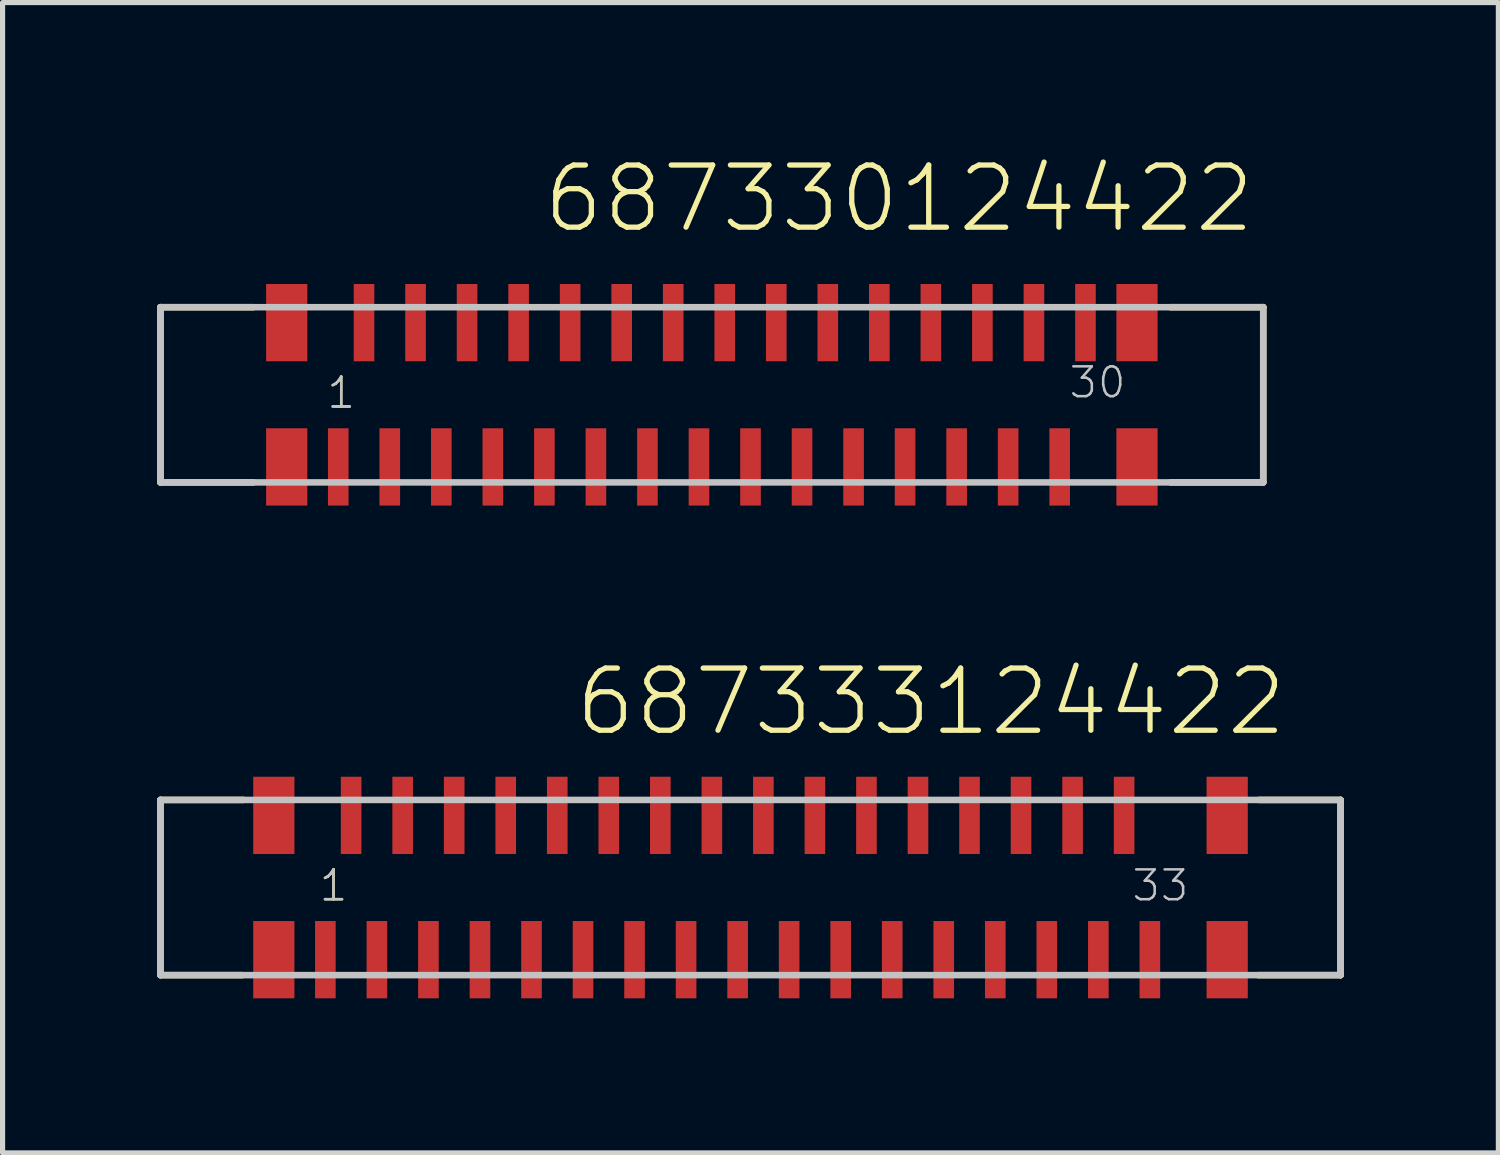
<source format=kicad_pcb>
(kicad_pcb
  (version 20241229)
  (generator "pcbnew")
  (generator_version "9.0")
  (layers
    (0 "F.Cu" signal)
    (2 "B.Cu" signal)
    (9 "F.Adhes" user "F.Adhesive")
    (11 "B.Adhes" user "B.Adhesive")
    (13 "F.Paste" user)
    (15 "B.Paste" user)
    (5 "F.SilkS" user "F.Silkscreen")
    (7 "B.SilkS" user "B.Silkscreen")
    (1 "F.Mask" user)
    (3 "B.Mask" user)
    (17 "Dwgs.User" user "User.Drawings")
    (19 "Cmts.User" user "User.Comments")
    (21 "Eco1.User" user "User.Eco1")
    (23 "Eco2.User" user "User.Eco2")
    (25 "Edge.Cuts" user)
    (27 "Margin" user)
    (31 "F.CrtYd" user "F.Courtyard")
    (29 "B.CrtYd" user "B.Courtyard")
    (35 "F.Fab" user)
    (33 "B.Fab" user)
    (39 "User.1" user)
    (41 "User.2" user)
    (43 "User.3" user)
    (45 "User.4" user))
  (footprint "687330124422"
    (layer "F.Cu")
    (at 10.764 4.611)
    (property "Reference" "687330124422" (at -3.325 -3.1 0) (layer "F.SilkS") (effects (font (size 1.206 1.206) (thickness 0.102)) (justify left bottom)))
    (attr through_hole)
    (fp_line (start -10.7 -1.7) (end -10.7 1.7) (stroke (width 0.127) (type solid)) (layer "F.SilkS"))
    (fp_line (start -10.7 1.7) (end -8.9 1.7) (stroke (width 0.127) (type solid)) (layer "F.SilkS"))
    (fp_line (start -8.9 -1.7) (end -10.7 -1.7) (stroke (width 0.127) (type solid)) (layer "F.SilkS"))
    (fp_line (start 8.9 -1.7) (end 10.7 -1.7) (stroke (width 0.127) (type solid)) (layer "F.SilkS"))
    (fp_line (start 10.7 -1.7) (end 10.7 1.7) (stroke (width 0.127) (type solid)) (layer "F.SilkS"))
    (fp_line (start 10.7 1.7) (end 8.9 1.7) (stroke (width 0.127) (type solid)) (layer "F.SilkS"))
    (fp_line (start -10.7 -1.7) (end -10.7 1.7) (stroke (width 0.127) (type solid)) (layer "Dwgs.User"))
    (fp_line (start -10.7 1.7) (end 10.7 1.7) (stroke (width 0.127) (type solid)) (layer "Dwgs.User"))
    (fp_line (start 10.7 -1.7) (end -10.7 -1.7) (stroke (width 0.127) (type solid)) (layer "Dwgs.User"))
    (fp_line (start 10.7 1.7) (end 10.7 -1.7) (stroke (width 0.127) (type solid)) (layer "Dwgs.User"))
    (fp_text user "1" (at -7.5 0.3 0) (layer "F.SilkS") (effects (font (size 0.579 0.579) (thickness 0.049)) (justify left bottom)))
    (fp_text user "1" (at -7.5 0.3 0) (layer "Dwgs.User") (effects (font (size 0.579 0.579) (thickness 0.049)) (justify left bottom)))
    (fp_text user "30" (at 6.9 0.1 0) (layer "Dwgs.User") (effects (font (size 0.579 0.579) (thickness 0.049)) (justify left bottom)))
    (pad "1" smd rect (at -7.25 1.4 180) (size 0.4 1.5) (layers "F.Cu" "F.Mask" "F.Paste"))
    (pad "2" smd rect (at -6.75 -1.4) (size 0.4 1.5) (layers "F.Cu" "F.Mask" "F.Paste"))
    (pad "3" smd rect (at -6.25 1.4 180) (size 0.4 1.5) (layers "F.Cu" "F.Mask" "F.Paste"))
    (pad "4" smd rect (at -5.75 -1.4 180) (size 0.4 1.5) (layers "F.Cu" "F.Mask" "F.Paste"))
    (pad "5" smd rect (at -5.25 1.4 180) (size 0.4 1.5) (layers "F.Cu" "F.Mask" "F.Paste"))
    (pad "6" smd rect (at -4.75 -1.4 180) (size 0.4 1.5) (layers "F.Cu" "F.Mask" "F.Paste"))
    (pad "7" smd rect (at -4.25 1.4 180) (size 0.4 1.5) (layers "F.Cu" "F.Mask" "F.Paste"))
    (pad "8" smd rect (at -3.75 -1.4 180) (size 0.4 1.5) (layers "F.Cu" "F.Mask" "F.Paste"))
    (pad "9" smd rect (at -3.25 1.4 180) (size 0.4 1.5) (layers "F.Cu" "F.Mask" "F.Paste"))
    (pad "10" smd rect (at -2.75 -1.4 180) (size 0.4 1.5) (layers "F.Cu" "F.Mask" "F.Paste"))
    (pad "11" smd rect (at -2.25 1.4 180) (size 0.4 1.5) (layers "F.Cu" "F.Mask" "F.Paste"))
    (pad "12" smd rect (at -1.75 -1.4 180) (size 0.4 1.5) (layers "F.Cu" "F.Mask" "F.Paste"))
    (pad "13" smd rect (at -1.25 1.4 180) (size 0.4 1.5) (layers "F.Cu" "F.Mask" "F.Paste"))
    (pad "14" smd rect (at -0.75 -1.4 180) (size 0.4 1.5) (layers "F.Cu" "F.Mask" "F.Paste"))
    (pad "15" smd rect (at -0.25 1.4 180) (size 0.4 1.5) (layers "F.Cu" "F.Mask" "F.Paste"))
    (pad "16" smd rect (at 0.25 -1.4 180) (size 0.4 1.5) (layers "F.Cu" "F.Mask" "F.Paste"))
    (pad "17" smd rect (at 0.75 1.4 180) (size 0.4 1.5) (layers "F.Cu" "F.Mask" "F.Paste"))
    (pad "18" smd rect (at 1.25 -1.4 180) (size 0.4 1.5) (layers "F.Cu" "F.Mask" "F.Paste"))
    (pad "19" smd rect (at 1.75 1.4 180) (size 0.4 1.5) (layers "F.Cu" "F.Mask" "F.Paste"))
    (pad "20" smd rect (at 2.25 -1.4 180) (size 0.4 1.5) (layers "F.Cu" "F.Mask" "F.Paste"))
    (pad "21" smd rect (at 2.75 1.4 180) (size 0.4 1.5) (layers "F.Cu" "F.Mask" "F.Paste"))
    (pad "22" smd rect (at 3.25 -1.4 180) (size 0.4 1.5) (layers "F.Cu" "F.Mask" "F.Paste"))
    (pad "23" smd rect (at 3.75 1.4 180) (size 0.4 1.5) (layers "F.Cu" "F.Mask" "F.Paste"))
    (pad "24" smd rect (at 4.25 -1.4 180) (size 0.4 1.5) (layers "F.Cu" "F.Mask" "F.Paste"))
    (pad "25" smd rect (at 4.75 1.4 180) (size 0.4 1.5) (layers "F.Cu" "F.Mask" "F.Paste"))
    (pad "26" smd rect (at 5.25 -1.4 180) (size 0.4 1.5) (layers "F.Cu" "F.Mask" "F.Paste"))
    (pad "27" smd rect (at 5.75 1.4 180) (size 0.4 1.5) (layers "F.Cu" "F.Mask" "F.Paste"))
    (pad "28" smd rect (at 6.25 -1.4 180) (size 0.4 1.5) (layers "F.Cu" "F.Mask" "F.Paste"))
    (pad "29" smd rect (at 6.75 1.4 180) (size 0.4 1.5) (layers "F.Cu" "F.Mask" "F.Paste"))
    (pad "30" smd rect (at 7.25 -1.4 180) (size 0.4 1.5) (layers "F.Cu" "F.Mask" "F.Paste"))
    (pad "Z1" smd rect (at -8.25 -1.4 180) (size 0.8 1.5) (layers "F.Cu" "F.Mask" "F.Paste"))
    (pad "Z2" smd rect (at -8.25 1.4 180) (size 0.8 1.5) (layers "F.Cu" "F.Mask" "F.Paste"))
    (pad "Z3" smd rect (at 8.25 1.4 180) (size 0.8 1.5) (layers "F.Cu" "F.Mask" "F.Paste"))
    (pad "Z4" smd rect (at 8.25 -1.4 180) (size 0.8 1.5) (layers "F.Cu" "F.Mask" "F.Paste")))
  (footprint "687333124422"
    (layer "F.Cu")
    (at 11.514 14.173)
    (property "Reference" "687333124422" (at -3.455 -2.9 0) (layer "F.SilkS") (effects (font (size 1.206 1.206) (thickness 0.102)) (justify left bottom)))
    (attr through_hole)
    (fp_line (start -11.45 -1.7) (end -11.45 1.7) (stroke (width 0.127) (type solid)) (layer "F.SilkS"))
    (fp_line (start -11.45 1.7) (end -9.86 1.7) (stroke (width 0.127) (type solid)) (layer "F.SilkS"))
    (fp_line (start -9.84 -1.7) (end -11.45 -1.7) (stroke (width 0.127) (type solid)) (layer "F.SilkS"))
    (fp_line (start 9.87 -1.7) (end 11.45 -1.7) (stroke (width 0.127) (type solid)) (layer "F.SilkS"))
    (fp_line (start 11.45 -1.7) (end 11.45 1.7) (stroke (width 0.127) (type solid)) (layer "F.SilkS"))
    (fp_line (start 11.45 1.7) (end 9.85 1.7) (stroke (width 0.127) (type solid)) (layer "F.SilkS"))
    (fp_line (start -11.45 -1.7) (end -11.45 1.7) (stroke (width 0.127) (type solid)) (layer "Dwgs.User"))
    (fp_line (start -11.45 1.7) (end 11.45 1.7) (stroke (width 0.127) (type solid)) (layer "Dwgs.User"))
    (fp_line (start 11.45 -1.7) (end -11.45 -1.7) (stroke (width 0.127) (type solid)) (layer "Dwgs.User"))
    (fp_line (start 11.45 1.7) (end 11.45 -1.7) (stroke (width 0.127) (type solid)) (layer "Dwgs.User"))
    (fp_text user "1" (at -8.4 0.3 0) (layer "F.SilkS") (effects (font (size 0.579 0.579) (thickness 0.049)) (justify left bottom)))
    (fp_text user "33" (at 7.37 0.3 0) (layer "Dwgs.User") (effects (font (size 0.579 0.579) (thickness 0.049)) (justify left bottom)))
    (fp_text user "1" (at -8.4 0.3 0) (layer "Dwgs.User") (effects (font (size 0.579 0.579) (thickness 0.049)) (justify left bottom)))
    (pad "1" smd rect (at -8.25 1.4 180) (size 0.4 1.5) (layers "F.Cu" "F.Mask" "F.Paste"))
    (pad "2" smd rect (at -7.75 -1.4) (size 0.4 1.5) (layers "F.Cu" "F.Mask" "F.Paste"))
    (pad "3" smd rect (at -7.25 1.4 180) (size 0.4 1.5) (layers "F.Cu" "F.Mask" "F.Paste"))
    (pad "4" smd rect (at -6.75 -1.4 180) (size 0.4 1.5) (layers "F.Cu" "F.Mask" "F.Paste"))
    (pad "5" smd rect (at -6.25 1.4 180) (size 0.4 1.5) (layers "F.Cu" "F.Mask" "F.Paste"))
    (pad "6" smd rect (at -5.75 -1.4 180) (size 0.4 1.5) (layers "F.Cu" "F.Mask" "F.Paste"))
    (pad "7" smd rect (at -5.25 1.4 180) (size 0.4 1.5) (layers "F.Cu" "F.Mask" "F.Paste"))
    (pad "8" smd rect (at -4.75 -1.4 180) (size 0.4 1.5) (layers "F.Cu" "F.Mask" "F.Paste"))
    (pad "9" smd rect (at -4.25 1.4 180) (size 0.4 1.5) (layers "F.Cu" "F.Mask" "F.Paste"))
    (pad "10" smd rect (at -3.75 -1.4 180) (size 0.4 1.5) (layers "F.Cu" "F.Mask" "F.Paste"))
    (pad "11" smd rect (at -3.25 1.4 180) (size 0.4 1.5) (layers "F.Cu" "F.Mask" "F.Paste"))
    (pad "12" smd rect (at -2.75 -1.4 180) (size 0.4 1.5) (layers "F.Cu" "F.Mask" "F.Paste"))
    (pad "13" smd rect (at -2.25 1.4 180) (size 0.4 1.5) (layers "F.Cu" "F.Mask" "F.Paste"))
    (pad "14" smd rect (at -1.75 -1.4 180) (size 0.4 1.5) (layers "F.Cu" "F.Mask" "F.Paste"))
    (pad "15" smd rect (at -1.25 1.4 180) (size 0.4 1.5) (layers "F.Cu" "F.Mask" "F.Paste"))
    (pad "16" smd rect (at -0.75 -1.4 180) (size 0.4 1.5) (layers "F.Cu" "F.Mask" "F.Paste"))
    (pad "17" smd rect (at -0.25 1.4 180) (size 0.4 1.5) (layers "F.Cu" "F.Mask" "F.Paste"))
    (pad "18" smd rect (at 0.25 -1.4 180) (size 0.4 1.5) (layers "F.Cu" "F.Mask" "F.Paste"))
    (pad "19" smd rect (at 0.75 1.4 180) (size 0.4 1.5) (layers "F.Cu" "F.Mask" "F.Paste"))
    (pad "20" smd rect (at 1.25 -1.4 180) (size 0.4 1.5) (layers "F.Cu" "F.Mask" "F.Paste"))
    (pad "21" smd rect (at 1.75 1.4 180) (size 0.4 1.5) (layers "F.Cu" "F.Mask" "F.Paste"))
    (pad "22" smd rect (at 2.25 -1.4 180) (size 0.4 1.5) (layers "F.Cu" "F.Mask" "F.Paste"))
    (pad "23" smd rect (at 2.75 1.4 180) (size 0.4 1.5) (layers "F.Cu" "F.Mask" "F.Paste"))
    (pad "24" smd rect (at 3.25 -1.4 180) (size 0.4 1.5) (layers "F.Cu" "F.Mask" "F.Paste"))
    (pad "25" smd rect (at 3.75 1.4 180) (size 0.4 1.5) (layers "F.Cu" "F.Mask" "F.Paste"))
    (pad "26" smd rect (at 4.25 -1.4 180) (size 0.4 1.5) (layers "F.Cu" "F.Mask" "F.Paste"))
    (pad "27" smd rect (at 4.75 1.4 180) (size 0.4 1.5) (layers "F.Cu" "F.Mask" "F.Paste"))
    (pad "28" smd rect (at 5.25 -1.4 180) (size 0.4 1.5) (layers "F.Cu" "F.Mask" "F.Paste"))
    (pad "29" smd rect (at 5.75 1.4 180) (size 0.4 1.5) (layers "F.Cu" "F.Mask" "F.Paste"))
    (pad "30" smd rect (at 6.25 -1.4 180) (size 0.4 1.5) (layers "F.Cu" "F.Mask" "F.Paste"))
    (pad "31" smd rect (at 6.75 1.4 180) (size 0.4 1.5) (layers "F.Cu" "F.Mask" "F.Paste"))
    (pad "32" smd rect (at 7.25 -1.4 180) (size 0.4 1.5) (layers "F.Cu" "F.Mask" "F.Paste"))
    (pad "33" smd rect (at 7.75 1.4 180) (size 0.4 1.5) (layers "F.Cu" "F.Mask" "F.Paste"))
    (pad "Z1" smd rect (at -9.25 -1.4 180) (size 0.8 1.5) (layers "F.Cu" "F.Mask" "F.Paste"))
    (pad "Z2" smd rect (at -9.25 1.4 180) (size 0.8 1.5) (layers "F.Cu" "F.Mask" "F.Paste"))
    (pad "Z3" smd rect (at 9.25 1.4 180) (size 0.8 1.5) (layers "F.Cu" "F.Mask" "F.Paste"))
    (pad "Z4" smd rect (at 9.25 -1.4 180) (size 0.8 1.5) (layers "F.Cu" "F.Mask" "F.Paste")))
  (gr_rect
    (start -3 -3)
    (end 26.027 19.323)
    (stroke (width 0.1) (type default))
    (fill no)
    (layer "Edge.Cuts")))
</source>
